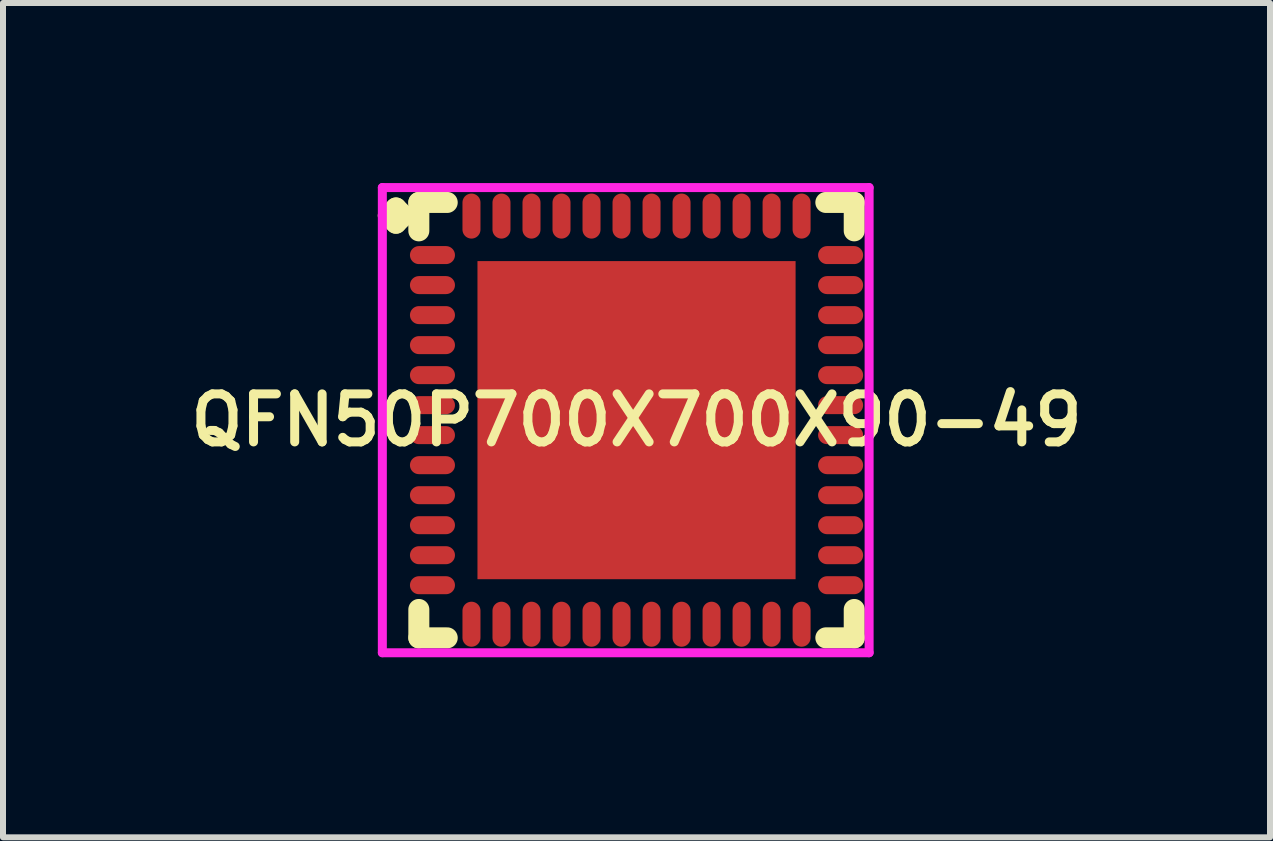
<source format=kicad_pcb>
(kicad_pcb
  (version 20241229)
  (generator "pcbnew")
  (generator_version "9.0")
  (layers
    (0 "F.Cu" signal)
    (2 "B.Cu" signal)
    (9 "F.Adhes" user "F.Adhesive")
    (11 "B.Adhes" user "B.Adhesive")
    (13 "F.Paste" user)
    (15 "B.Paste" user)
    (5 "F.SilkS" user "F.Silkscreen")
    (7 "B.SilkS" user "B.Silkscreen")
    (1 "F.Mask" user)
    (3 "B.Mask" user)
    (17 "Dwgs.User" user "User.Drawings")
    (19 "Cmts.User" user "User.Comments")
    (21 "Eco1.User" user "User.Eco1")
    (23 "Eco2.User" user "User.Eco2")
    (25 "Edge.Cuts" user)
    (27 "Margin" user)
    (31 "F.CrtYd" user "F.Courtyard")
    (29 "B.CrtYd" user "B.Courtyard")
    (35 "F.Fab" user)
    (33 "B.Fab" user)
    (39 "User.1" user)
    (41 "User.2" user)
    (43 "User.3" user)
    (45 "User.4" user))
  (footprint "QFN50P700X700X90-49"
    (layer "F.Cu")
    (at 7.555 3.95)
    (property "Reference" "QFN50P700X700X90-49" (at 0 0 0) (layer "F.SilkS") (effects (font (size 0.8 0.8) (thickness 0.15))))
    (attr smd)
    (fp_line (start -4.135 -3.408) (end -4.008 -3.535) (stroke (width 0.35) (type solid)) (layer "F.SilkS"))
    (fp_line (start -4.008 -3.535) (end -3.881 -3.408) (stroke (width 0.35) (type solid)) (layer "F.SilkS"))
    (fp_line (start -4.008 -3.281) (end -4.135 -3.408) (stroke (width 0.35) (type solid)) (layer "F.SilkS"))
    (fp_line (start -3.881 -3.408) (end -4.008 -3.281) (stroke (width 0.35) (type solid)) (layer "F.SilkS"))
    (fp_line (start -3.627 -3.627) (end -3.154 -3.627) (stroke (width 0.35) (type solid)) (layer "F.SilkS"))
    (fp_line (start -3.627 -3.154) (end -3.627 -3.627) (stroke (width 0.35) (type solid)) (layer "F.SilkS"))
    (fp_line (start -3.627 3.154) (end -3.627 3.627) (stroke (width 0.35) (type solid)) (layer "F.SilkS"))
    (fp_line (start -3.627 3.627) (end -3.154 3.627) (stroke (width 0.35) (type solid)) (layer "F.SilkS"))
    (fp_line (start 3.154 -3.627) (end 3.627 -3.627) (stroke (width 0.35) (type solid)) (layer "F.SilkS"))
    (fp_line (start 3.154 3.627) (end 3.627 3.627) (stroke (width 0.35) (type solid)) (layer "F.SilkS"))
    (fp_line (start 3.627 -3.627) (end 3.627 -3.154) (stroke (width 0.35) (type solid)) (layer "F.SilkS"))
    (fp_line (start 3.627 3.627) (end 3.627 3.154) (stroke (width 0.35) (type solid)) (layer "F.SilkS"))
    (fp_line (start -4.235 -3.875) (end 3.875 -3.875) (stroke (width 0.15) (type solid)) (layer "F.CrtYd"))
    (fp_line (start -4.235 3.875) (end -4.235 -3.875) (stroke (width 0.15) (type solid)) (layer "F.CrtYd"))
    (fp_line (start 3.875 -3.875) (end 3.875 3.875) (stroke (width 0.15) (type solid)) (layer "F.CrtYd"))
    (fp_line (start 3.875 3.875) (end -4.235 3.875) (stroke (width 0.15) (type solid)) (layer "F.CrtYd"))
    (pad "1" smd oval (at -3.4 -2.75) (size 0.75 0.3) (layers "F.Cu" "F.Mask" "F.Paste"))
    (pad "2" smd oval (at -3.4 -2.25) (size 0.75 0.3) (layers "F.Cu" "F.Mask" "F.Paste"))
    (pad "3" smd oval (at -3.4 -1.75) (size 0.75 0.3) (layers "F.Cu" "F.Mask" "F.Paste"))
    (pad "4" smd oval (at -3.4 -1.25) (size 0.75 0.3) (layers "F.Cu" "F.Mask" "F.Paste"))
    (pad "5" smd oval (at -3.4 -0.75) (size 0.75 0.3) (layers "F.Cu" "F.Mask" "F.Paste"))
    (pad "6" smd oval (at -3.4 -0.25) (size 0.75 0.3) (layers "F.Cu" "F.Mask" "F.Paste"))
    (pad "7" smd oval (at -3.4 0.25) (size 0.75 0.3) (layers "F.Cu" "F.Mask" "F.Paste"))
    (pad "8" smd oval (at -3.4 0.75) (size 0.75 0.3) (layers "F.Cu" "F.Mask" "F.Paste"))
    (pad "9" smd oval (at -3.4 1.25) (size 0.75 0.3) (layers "F.Cu" "F.Mask" "F.Paste"))
    (pad "10" smd oval (at -3.4 1.75) (size 0.75 0.3) (layers "F.Cu" "F.Mask" "F.Paste"))
    (pad "11" smd oval (at -3.4 2.25) (size 0.75 0.3) (layers "F.Cu" "F.Mask" "F.Paste"))
    (pad "12" smd oval (at -3.4 2.75) (size 0.75 0.3) (layers "F.Cu" "F.Mask" "F.Paste"))
    (pad "13" smd oval (at -2.75 3.4) (size 0.3 0.75) (layers "F.Cu" "F.Mask" "F.Paste"))
    (pad "14" smd oval (at -2.25 3.4) (size 0.3 0.75) (layers "F.Cu" "F.Mask" "F.Paste"))
    (pad "15" smd oval (at -1.75 3.4) (size 0.3 0.75) (layers "F.Cu" "F.Mask" "F.Paste"))
    (pad "16" smd oval (at -1.25 3.4) (size 0.3 0.75) (layers "F.Cu" "F.Mask" "F.Paste"))
    (pad "17" smd oval (at -0.75 3.4) (size 0.3 0.75) (layers "F.Cu" "F.Mask" "F.Paste"))
    (pad "18" smd oval (at -0.25 3.4) (size 0.3 0.75) (layers "F.Cu" "F.Mask" "F.Paste"))
    (pad "19" smd oval (at 0.25 3.4) (size 0.3 0.75) (layers "F.Cu" "F.Mask" "F.Paste"))
    (pad "20" smd oval (at 0.75 3.4) (size 0.3 0.75) (layers "F.Cu" "F.Mask" "F.Paste"))
    (pad "21" smd oval (at 1.25 3.4) (size 0.3 0.75) (layers "F.Cu" "F.Mask" "F.Paste"))
    (pad "22" smd oval (at 1.75 3.4) (size 0.3 0.75) (layers "F.Cu" "F.Mask" "F.Paste"))
    (pad "23" smd oval (at 2.25 3.4) (size 0.3 0.75) (layers "F.Cu" "F.Mask" "F.Paste"))
    (pad "24" smd oval (at 2.75 3.4) (size 0.3 0.75) (layers "F.Cu" "F.Mask" "F.Paste"))
    (pad "25" smd oval (at 3.4 2.75) (size 0.75 0.3) (layers "F.Cu" "F.Mask" "F.Paste"))
    (pad "26" smd oval (at 3.4 2.25) (size 0.75 0.3) (layers "F.Cu" "F.Mask" "F.Paste"))
    (pad "27" smd oval (at 3.4 1.75) (size 0.75 0.3) (layers "F.Cu" "F.Mask" "F.Paste"))
    (pad "28" smd oval (at 3.4 1.25) (size 0.75 0.3) (layers "F.Cu" "F.Mask" "F.Paste"))
    (pad "29" smd oval (at 3.4 0.75) (size 0.75 0.3) (layers "F.Cu" "F.Mask" "F.Paste"))
    (pad "30" smd oval (at 3.4 0.25) (size 0.75 0.3) (layers "F.Cu" "F.Mask" "F.Paste"))
    (pad "31" smd oval (at 3.4 -0.25) (size 0.75 0.3) (layers "F.Cu" "F.Mask" "F.Paste"))
    (pad "32" smd oval (at 3.4 -0.75) (size 0.75 0.3) (layers "F.Cu" "F.Mask" "F.Paste"))
    (pad "33" smd oval (at 3.4 -1.25) (size 0.75 0.3) (layers "F.Cu" "F.Mask" "F.Paste"))
    (pad "34" smd oval (at 3.4 -1.75) (size 0.75 0.3) (layers "F.Cu" "F.Mask" "F.Paste"))
    (pad "35" smd oval (at 3.4 -2.25) (size 0.75 0.3) (layers "F.Cu" "F.Mask" "F.Paste"))
    (pad "36" smd oval (at 3.4 -2.75) (size 0.75 0.3) (layers "F.Cu" "F.Mask" "F.Paste"))
    (pad "37" smd oval (at 2.75 -3.4) (size 0.3 0.75) (layers "F.Cu" "F.Mask" "F.Paste"))
    (pad "38" smd oval (at 2.25 -3.4) (size 0.3 0.75) (layers "F.Cu" "F.Mask" "F.Paste"))
    (pad "39" smd oval (at 1.75 -3.4) (size 0.3 0.75) (layers "F.Cu" "F.Mask" "F.Paste"))
    (pad "40" smd oval (at 1.25 -3.4) (size 0.3 0.75) (layers "F.Cu" "F.Mask" "F.Paste"))
    (pad "41" smd oval (at 0.75 -3.4) (size 0.3 0.75) (layers "F.Cu" "F.Mask" "F.Paste"))
    (pad "42" smd oval (at 0.25 -3.4) (size 0.3 0.75) (layers "F.Cu" "F.Mask" "F.Paste"))
    (pad "43" smd oval (at -0.25 -3.4) (size 0.3 0.75) (layers "F.Cu" "F.Mask" "F.Paste"))
    (pad "44" smd oval (at -0.75 -3.4) (size 0.3 0.75) (layers "F.Cu" "F.Mask" "F.Paste"))
    (pad "45" smd oval (at -1.25 -3.4) (size 0.3 0.75) (layers "F.Cu" "F.Mask" "F.Paste"))
    (pad "46" smd oval (at -1.75 -3.4) (size 0.3 0.75) (layers "F.Cu" "F.Mask" "F.Paste"))
    (pad "47" smd oval (at -2.25 -3.4) (size 0.3 0.75) (layers "F.Cu" "F.Mask" "F.Paste"))
    (pad "48" smd oval (at -2.75 -3.4) (size 0.3 0.75) (layers "F.Cu" "F.Mask" "F.Paste"))
    (pad "49" smd rect (at 0 0) (size 5.3 5.3) (layers "F.Cu" "F.Mask" "F.Paste")))
  (gr_rect
    (start -3 -3)
    (end 18.109 10.9)
    (stroke (width 0.1) (type default))
    (fill no)
    (layer "Edge.Cuts")))
</source>
